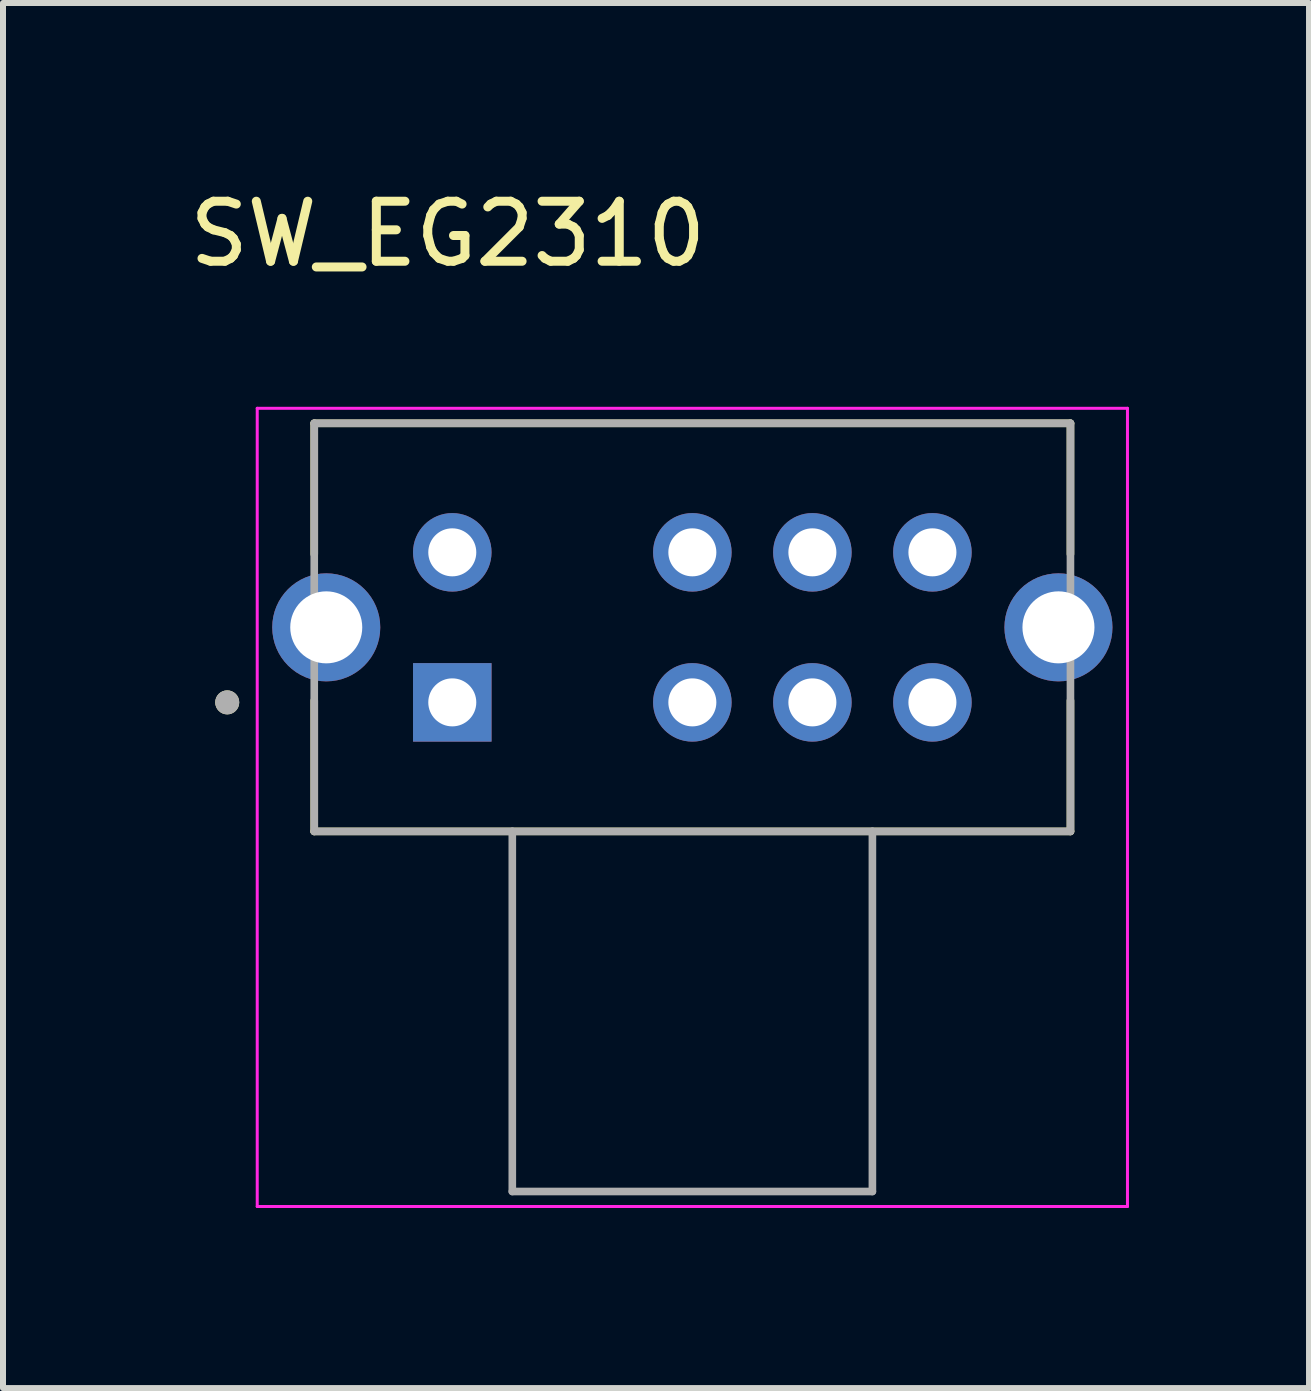
<source format=kicad_pcb>
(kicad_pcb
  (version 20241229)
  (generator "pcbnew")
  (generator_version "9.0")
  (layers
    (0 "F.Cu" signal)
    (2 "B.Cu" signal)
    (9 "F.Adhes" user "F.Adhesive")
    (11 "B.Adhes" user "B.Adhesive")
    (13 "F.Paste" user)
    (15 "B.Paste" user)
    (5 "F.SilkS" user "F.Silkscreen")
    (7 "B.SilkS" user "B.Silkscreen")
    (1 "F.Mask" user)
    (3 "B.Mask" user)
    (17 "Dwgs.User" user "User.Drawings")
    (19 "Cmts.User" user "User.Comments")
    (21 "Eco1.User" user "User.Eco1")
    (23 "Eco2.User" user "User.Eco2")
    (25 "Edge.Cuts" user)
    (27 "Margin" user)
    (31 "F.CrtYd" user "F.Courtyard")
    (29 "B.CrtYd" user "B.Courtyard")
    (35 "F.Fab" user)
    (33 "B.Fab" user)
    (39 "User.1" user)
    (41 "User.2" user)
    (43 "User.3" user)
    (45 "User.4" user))
  (footprint "SW_EG2310"
    (layer "F.Cu")
    (at 8.486 7.403)
    (property "Reference" "SW_EG2310" (at -4.075 -6.555 0) (layer "F.SilkS") (effects (font (size 1 1) (thickness 0.15))))
    (attr through_hole)
    (fp_line (start -6.3 -3.4) (end -6.3 -1.22) (stroke (width 0.127) (type solid)) (layer "F.SilkS"))
    (fp_line (start -6.3 3.4) (end -6.3 1.22) (stroke (width 0.127) (type solid)) (layer "F.SilkS"))
    (fp_line (start -6.3 3.4) (end 6.3 3.4) (stroke (width 0.127) (type solid)) (layer "F.SilkS"))
    (fp_line (start 6.3 -3.4) (end -6.3 -3.4) (stroke (width 0.127) (type solid)) (layer "F.SilkS"))
    (fp_line (start 6.3 -1.22) (end 6.3 -3.4) (stroke (width 0.127) (type solid)) (layer "F.SilkS"))
    (fp_line (start 6.3 3.4) (end 6.3 1.22) (stroke (width 0.127) (type solid)) (layer "F.SilkS"))
    (fp_circle (center -7.75 1.25) (end -7.65 1.25) (stroke (width 0.2) (type solid)) (fill no) (layer "F.SilkS"))
    (fp_line (start -7.25 -3.65) (end -7.25 9.65) (stroke (width 0.05) (type solid)) (layer "F.CrtYd"))
    (fp_line (start -7.25 9.65) (end 7.25 9.65) (stroke (width 0.05) (type solid)) (layer "F.CrtYd"))
    (fp_line (start 7.25 -3.65) (end -7.25 -3.65) (stroke (width 0.05) (type solid)) (layer "F.CrtYd"))
    (fp_line (start 7.25 9.65) (end 7.25 -3.65) (stroke (width 0.05) (type solid)) (layer "F.CrtYd"))
    (fp_line (start -6.3 -3.4) (end -6.3 3.4) (stroke (width 0.127) (type solid)) (layer "F.Fab"))
    (fp_line (start -6.3 3.4) (end -3 3.4) (stroke (width 0.127) (type solid)) (layer "F.Fab"))
    (fp_line (start -3 3.4) (end -3 9.4) (stroke (width 0.127) (type solid)) (layer "F.Fab"))
    (fp_line (start -3 3.4) (end 3 3.4) (stroke (width 0.127) (type solid)) (layer "F.Fab"))
    (fp_line (start -3 9.4) (end 3 9.4) (stroke (width 0.127) (type solid)) (layer "F.Fab"))
    (fp_line (start 3 3.4) (end 6.3 3.4) (stroke (width 0.127) (type solid)) (layer "F.Fab"))
    (fp_line (start 3 9.4) (end 3 3.4) (stroke (width 0.127) (type solid)) (layer "F.Fab"))
    (fp_line (start 6.3 -3.4) (end -6.3 -3.4) (stroke (width 0.127) (type solid)) (layer "F.Fab"))
    (fp_line (start 6.3 3.4) (end 6.3 -3.4) (stroke (width 0.127) (type solid)) (layer "F.Fab"))
    (fp_circle (center -7.75 1.25) (end -7.65 1.25) (stroke (width 0.2) (type solid)) (fill no) (layer "F.Fab"))
    (pad "1" thru_hole rect (at -4 1.25) (size 1.308 1.308) (drill 0.8) (layers "*.Cu" "*.Mask"))
    (pad "2" thru_hole circle (at 0 1.25) (size 1.308 1.308) (drill 0.8) (layers "*.Cu" "*.Mask"))
    (pad "3" thru_hole circle (at 2 1.25) (size 1.308 1.308) (drill 0.8) (layers "*.Cu" "*.Mask"))
    (pad "4" thru_hole circle (at 4 1.25) (size 1.308 1.308) (drill 0.8) (layers "*.Cu" "*.Mask"))
    (pad "5" thru_hole circle (at -4 -1.25) (size 1.308 1.308) (drill 0.8) (layers "*.Cu" "*.Mask"))
    (pad "6" thru_hole circle (at 0 -1.25) (size 1.308 1.308) (drill 0.8) (layers "*.Cu" "*.Mask"))
    (pad "7" thru_hole circle (at 2 -1.25) (size 1.308 1.308) (drill 0.8) (layers "*.Cu" "*.Mask"))
    (pad "8" thru_hole circle (at 4 -1.25) (size 1.308 1.308) (drill 0.8) (layers "*.Cu" "*.Mask"))
    (pad "SH1" thru_hole circle (at -6.1 0) (size 1.8 1.8) (drill 1.2) (layers "*.Cu" "*.Mask"))
    (pad "SH2" thru_hole circle (at 6.1 0) (size 1.8 1.8) (drill 1.2) (layers "*.Cu" "*.Mask")))
  (gr_rect
    (start -3 -3)
    (end 18.761 20.078)
    (stroke (width 0.1) (type default))
    (fill no)
    (layer "Edge.Cuts")))
</source>
